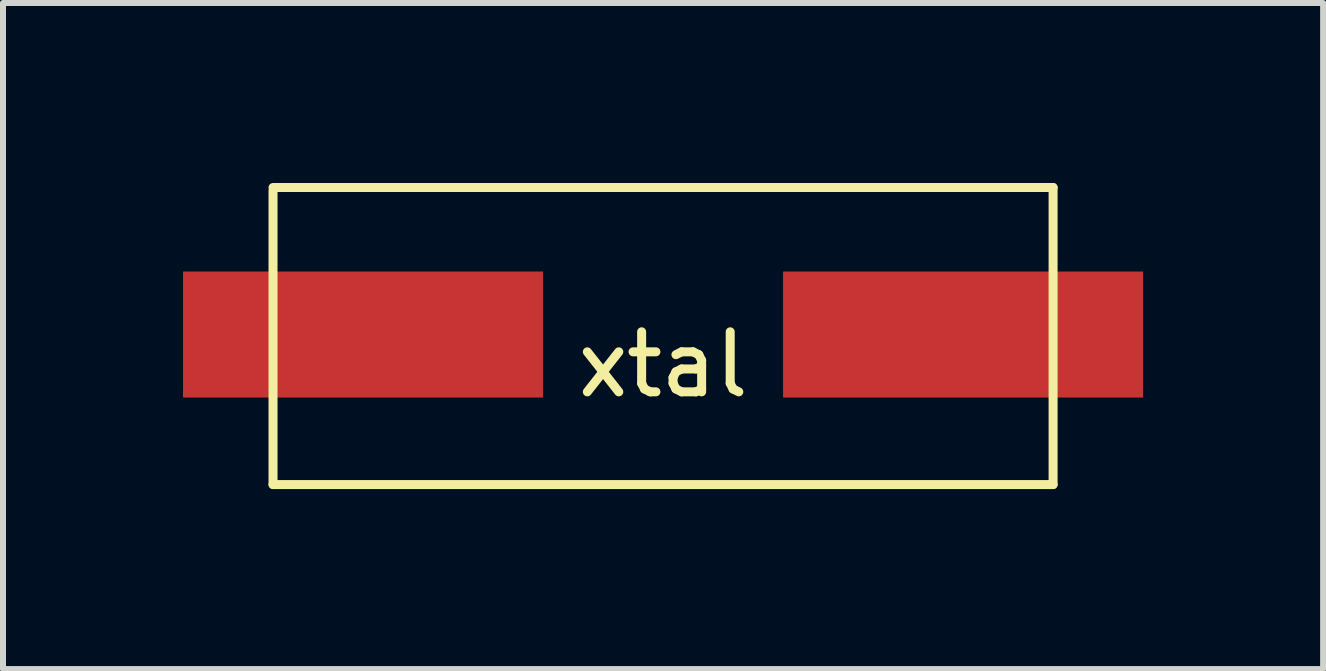
<source format=kicad_pcb>
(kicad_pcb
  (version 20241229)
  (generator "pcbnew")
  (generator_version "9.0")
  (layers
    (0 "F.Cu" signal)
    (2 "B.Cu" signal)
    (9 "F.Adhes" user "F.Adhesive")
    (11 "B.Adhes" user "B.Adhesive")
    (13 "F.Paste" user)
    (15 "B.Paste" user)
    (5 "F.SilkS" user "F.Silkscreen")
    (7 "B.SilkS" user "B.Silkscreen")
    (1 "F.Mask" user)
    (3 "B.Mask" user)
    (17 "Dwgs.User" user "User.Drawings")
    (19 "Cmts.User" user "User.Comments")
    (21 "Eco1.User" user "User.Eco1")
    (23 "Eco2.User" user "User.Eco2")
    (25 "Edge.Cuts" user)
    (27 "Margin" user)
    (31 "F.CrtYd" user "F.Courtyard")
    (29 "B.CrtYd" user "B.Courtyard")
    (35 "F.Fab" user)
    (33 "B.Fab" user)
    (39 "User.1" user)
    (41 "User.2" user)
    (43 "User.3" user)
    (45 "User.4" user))
  (footprint "xtal"
    (layer "F.Cu")
    (at 8 2.525)
    (property "Reference" "xtal" (at 0 0.5 0) (layer "F.SilkS") (effects (font (size 1 1) (thickness 0.15))))
    (attr through_hole)
    (fp_line (start -6.5 -2.45) (end 6.5 -2.45) (stroke (width 0.15) (type solid)) (layer "F.SilkS"))
    (fp_line (start -6.5 2.5) (end -6.5 -2.4) (stroke (width 0.15) (type solid)) (layer "F.SilkS"))
    (fp_line (start 6.5 -2.45) (end 6.5 2.5) (stroke (width 0.15) (type solid)) (layer "F.SilkS"))
    (fp_line (start 6.5 2.5) (end -6.5 2.5) (stroke (width 0.15) (type solid)) (layer "F.SilkS"))
    (pad "1" smd rect (at -5 0) (size 6 2.1) (layers "F.Cu" "F.Mask" "F.Paste"))
    (pad "2" smd rect (at 5 0) (size 6 2.1) (layers "F.Cu" "F.Mask" "F.Paste")))
  (gr_rect
    (start -3 -3)
    (end 19 8.1)
    (stroke (width 0.1) (type default))
    (fill no)
    (layer "Edge.Cuts")))
</source>
